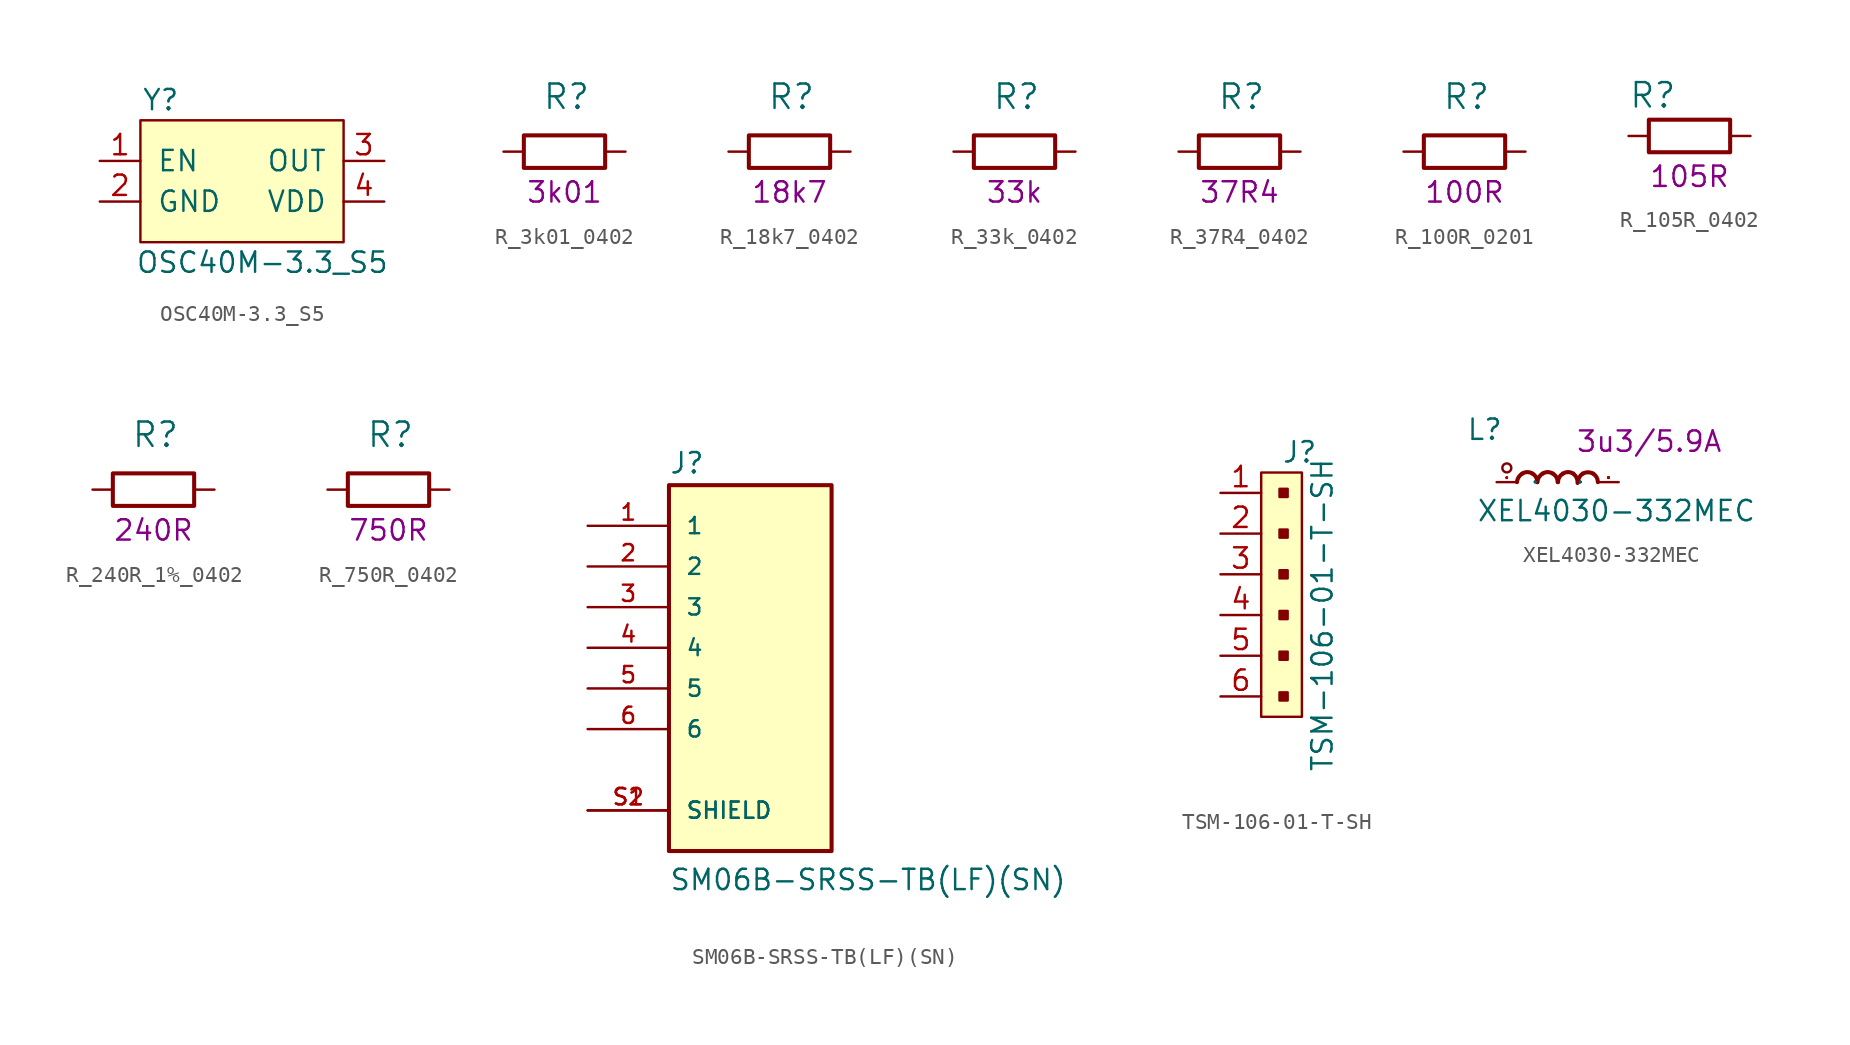
<source format=kicad_sym>
(kicad_symbol_lib
  (version 20211014)
  (generator kicad_symbol_editor)
  (symbol "OSC40M-3.3_S5"
    (pin_names
      (offset 1.016))
    (property "Reference" "Y"
      (at -5.08 5.08 0)
      (effects (font (size 1.27 1.27))))
    (property "Value" "OSC40M-3.3_S5"
      (at 1.27 -5.08 0)
      (effects (font (size 1.27 1.27))))
    (symbol "OSC40M-3.3_S5_0_1"
      (rectangle (start -6.35 3.81) (end 6.35 -3.81) (stroke (width 0) (type default) (color 0 0 0 0)) (fill (type background))))
    (symbol "OSC40M-3.3_S5_1_1"
      (pin input line (at -8.89 1.27 0) (length 2.54) (name "EN" (effects (font (size 1.27 1.27)))) (number "1" (effects (font (size 1.27 1.27)))))
      (pin power_in line (at -8.89 -1.27 0) (length 2.54) (name "GND" (effects (font (size 1.27 1.27)))) (number "2" (effects (font (size 1.27 1.27)))))
      (pin output line (at 8.89 1.27 180) (length 2.54) (name "OUT" (effects (font (size 1.27 1.27)))) (number "3" (effects (font (size 1.27 1.27)))))
      (pin power_in line (at 8.89 -1.27 180) (length 2.54) (name "VDD" (effects (font (size 1.27 1.27)))) (number "4" (effects (font (size 1.27 1.27)))))))
  (symbol "R_3k01_0402"
    (pin_names
      (offset 0))
    (property "Reference" "R"
      (at -1.397 3.429 0)
      (effects (font (size 1.524 1.524)) (justify left)))
    (property "Val" "3k01"
      (at 0 -2.54 0)
      (effects (font (size 1.27 1.27))))
    (symbol "R_3k01_0402_1_1"
      (rectangle (start 2.54 -1.016) (end -2.54 1.016) (stroke (width 0.254) (type default) (color 0 0 0 0)) (fill (type none)))
      (pin passive line (at -3.81 0 0) (length 1.27) (name "~" (effects (font (size 0 0)))) (number "1" (effects (font (size 0 0)))))
      (pin passive line (at 3.81 0 180) (length 1.27) (name "~" (effects (font (size 0 0)))) (number "2" (effects (font (size 0 0)))))))
  (symbol "R_18k7_0402"
    (pin_names
      (offset 0))
    (property "Reference" "R"
      (at -1.397 3.429 0)
      (effects (font (size 1.524 1.524)) (justify left)))
    (property "Val" "18k7"
      (at 0 -2.54 0)
      (effects (font (size 1.27 1.27))))
    (symbol "R_18k7_0402_1_1"
      (rectangle (start 2.54 -1.016) (end -2.54 1.016) (stroke (width 0.254) (type default) (color 0 0 0 0)) (fill (type none)))
      (pin passive line (at -3.81 0 0) (length 1.27) (name "~" (effects (font (size 0 0)))) (number "1" (effects (font (size 0 0)))))
      (pin passive line (at 3.81 0 180) (length 1.27) (name "~" (effects (font (size 0 0)))) (number "2" (effects (font (size 0 0)))))))
  (symbol "R_33k_0402"
    (pin_names
      (offset 0))
    (property "Reference" "R"
      (at -1.397 3.429 0)
      (effects (font (size 1.524 1.524)) (justify left)))
    (property "Val" "33k"
      (at 0 -2.54 0)
      (effects (font (size 1.27 1.27))))
    (symbol "R_33k_0402_1_1"
      (rectangle (start 2.54 -1.016) (end -2.54 1.016) (stroke (width 0.254) (type default) (color 0 0 0 0)) (fill (type none)))
      (pin passive line (at -3.81 0 0) (length 1.27) (name "~" (effects (font (size 0 0)))) (number "1" (effects (font (size 0 0)))))
      (pin passive line (at 3.81 0 180) (length 1.27) (name "~" (effects (font (size 0 0)))) (number "2" (effects (font (size 0 0)))))))
  (symbol "R_37R4_0402"
    (pin_names
      (offset 0))
    (property "Reference" "R"
      (at -1.397 3.429 0)
      (effects (font (size 1.524 1.524)) (justify left)))
    (property "Val" "37R4"
      (at 0 -2.54 0)
      (effects (font (size 1.27 1.27))))
    (symbol "R_37R4_0402_1_1"
      (rectangle (start 2.54 -1.016) (end -2.54 1.016) (stroke (width 0.254) (type default) (color 0 0 0 0)) (fill (type none)))
      (pin passive line (at -3.81 0 0) (length 1.27) (name "~" (effects (font (size 0 0)))) (number "1" (effects (font (size 0 0)))))
      (pin passive line (at 3.81 0 180) (length 1.27) (name "~" (effects (font (size 0 0)))) (number "2" (effects (font (size 0 0)))))))
  (symbol "R_100R_0201"
    (pin_names
      (offset 0))
    (property "Reference" "R"
      (at -1.397 3.429 0)
      (effects (font (size 1.524 1.524)) (justify left)))
    (property "Val" "100R"
      (at 0 -2.54 0)
      (effects (font (size 1.27 1.27))))
    (symbol "R_100R_0201_1_1"
      (rectangle (start 2.54 -1.016) (end -2.54 1.016) (stroke (width 0.254) (type default) (color 0 0 0 0)) (fill (type none)))
      (pin passive line (at -3.81 0 0) (length 1.27) (name "~" (effects (font (size 0 0)))) (number "1" (effects (font (size 0 0)))))
      (pin passive line (at 3.81 0 180) (length 1.27) (name "~" (effects (font (size 0 0)))) (number "2" (effects (font (size 0 0)))))))
  (symbol "R_105R_0402"
    (pin_names
      (offset 0))
    (property "Reference" "R"
      (at -3.81 2.54 0)
      (effects (font (size 1.524 1.524)) (justify left)))
    (property "Val" "105R"
      (at 0 -2.54 0)
      (effects (font (size 1.27 1.27))))
    (symbol "R_105R_0402_1_1"
      (rectangle (start 2.54 -1.016) (end -2.54 1.016) (stroke (width 0.254) (type default) (color 0 0 0 0)) (fill (type none)))
      (pin passive line (at -3.81 0 0) (length 1.27) (name "~" (effects (font (size 0 0)))) (number "1" (effects (font (size 0 0)))))
      (pin passive line (at 3.81 0 180) (length 1.27) (name "~" (effects (font (size 0 0)))) (number "2" (effects (font (size 0 0)))))))
  (symbol "R_240R_1%_0402"
    (pin_names
      (offset 0))
    (property "Reference" "R"
      (at -1.397 3.429 0)
      (effects (font (size 1.524 1.524)) (justify left)))
    (property "Val" "240R"
      (at 0 -2.54 0)
      (effects (font (size 1.27 1.27))))
    (symbol "R_240R_1%_0402_1_1"
      (rectangle (start 2.54 -1.016) (end -2.54 1.016) (stroke (width 0.254) (type default) (color 0 0 0 0)) (fill (type none)))
      (pin passive line (at -3.81 0 0) (length 1.27) (name "~" (effects (font (size 0 0)))) (number "1" (effects (font (size 0 0)))))
      (pin passive line (at 3.81 0 180) (length 1.27) (name "~" (effects (font (size 0 0)))) (number "2" (effects (font (size 0 0)))))))
  (symbol "R_750R_0402"
    (pin_names
      (offset 0))
    (property "Reference" "R"
      (at -1.397 3.429 0)
      (effects (font (size 1.524 1.524)) (justify left)))
    (property "Val" "750R"
      (at 0 -2.54 0)
      (effects (font (size 1.27 1.27))))
    (symbol "R_750R_0402_1_1"
      (rectangle (start 2.54 -1.016) (end -2.54 1.016) (stroke (width 0.254) (type default) (color 0 0 0 0)) (fill (type none)))
      (pin passive line (at -3.81 0 0) (length 1.27) (name "~" (effects (font (size 0 0)))) (number "1" (effects (font (size 0 0)))))
      (pin passive line (at 3.81 0 180) (length 1.27) (name "~" (effects (font (size 0 0)))) (number "2" (effects (font (size 0 0)))))))
  (symbol "SM06B-SRSS-TB(LF)(SN)"
    (pin_names
      (offset 1.016))
    (property "Reference" "J"
      (at -5.08 13.335 0)
      (effects (font (size 1.27 1.27)) (justify left bottom)))
    (property "Value" "SM06B-SRSS-TB(LF)(SN)"
      (at -5.08 -12.7 0)
      (effects (font (size 1.27 1.27)) (justify left bottom)))
    (symbol "SM06B-SRSS-TB(LF)(SN)_0_0"
      (rectangle (start -5.08 -10.16) (end 5.08 12.7) (stroke (width 0.254) (type default) (color 0 0 0 0)) (fill (type background)))
      (pin passive line (at -10.16 10.16 0) (length 5.08) (name "1" (effects (font (size 1.016 1.016)))) (number "1" (effects (font (size 1.016 1.016)))))
      (pin passive line (at -10.16 7.62 0) (length 5.08) (name "2" (effects (font (size 1.016 1.016)))) (number "2" (effects (font (size 1.016 1.016)))))
      (pin passive line (at -10.16 5.08 0) (length 5.08) (name "3" (effects (font (size 1.016 1.016)))) (number "3" (effects (font (size 1.016 1.016)))))
      (pin passive line (at -10.16 2.54 0) (length 5.08) (name "4" (effects (font (size 1.016 1.016)))) (number "4" (effects (font (size 1.016 1.016)))))
      (pin passive line (at -10.16 0 0) (length 5.08) (name "5" (effects (font (size 1.016 1.016)))) (number "5" (effects (font (size 1.016 1.016)))))
      (pin passive line (at -10.16 -2.54 0) (length 5.08) (name "6" (effects (font (size 1.016 1.016)))) (number "6" (effects (font (size 1.016 1.016)))))
      (pin passive line (at -10.16 -7.62 0) (length 5.08) (name "SHIELD" (effects (font (size 1.016 1.016)))) (number "S1" (effects (font (size 1.016 1.016)))))
      (pin passive line (at -10.16 -7.62 0) (length 5.08) (name "SHIELD" (effects (font (size 1.016 1.016)))) (number "S2" (effects (font (size 1.016 1.016)))))))
  (symbol "TSM-106-01-T-SH"
    (pin_names
      (offset 1.016) hide)
    (property "Reference" "J"
      (at 0 8.89 0)
      (effects (font (size 1.27 1.27)) (justify left)))
    (property "Value" "TSM-106-01-T-SH"
      (at 2.54 -1.27 90)
      (effects (font (size 1.27 1.27))))
    (symbol "TSM-106-01-T-SH_1_1"
      (rectangle (start -1.27 7.62) (end 1.27 -7.62) (stroke (width 0) (type default) (color 0 0 0 0)) (fill (type background)))
      (rectangle (start 0.381 -6.604) (end -0.127 -6.096) (stroke (width 0) (type default) (color 0 0 0 0)) (fill (type outline)))
      (rectangle (start 0.381 -4.064) (end -0.127 -3.556) (stroke (width 0) (type default) (color 0 0 0 0)) (fill (type outline)))
      (rectangle (start 0.381 -1.524) (end -0.127 -1.016) (stroke (width 0) (type default) (color 0 0 0 0)) (fill (type outline)))
      (rectangle (start 0.381 1.016) (end -0.127 1.524) (stroke (width 0) (type default) (color 0 0 0 0)) (fill (type outline)))
      (rectangle (start 0.381 3.556) (end -0.127 4.064) (stroke (width 0) (type default) (color 0 0 0 0)) (fill (type outline)))
      (rectangle (start 0.381 6.096) (end -0.127 6.604) (stroke (width 0) (type default) (color 0 0 0 0)) (fill (type outline)))
      (pin passive line (at -3.81 6.35 0) (length 2.54) (name "~" (effects (font (size 1.27 1.27)))) (number "1" (effects (font (size 1.27 1.27)))))
      (pin passive line (at -3.81 3.81 0) (length 2.54) (name "~" (effects (font (size 1.27 1.27)))) (number "2" (effects (font (size 1.27 1.27)))))
      (pin passive line (at -3.81 1.27 0) (length 2.54) (name "~" (effects (font (size 1.27 1.27)))) (number "3" (effects (font (size 1.27 1.27)))))
      (pin passive line (at -3.81 -1.27 0) (length 2.54) (name "~" (effects (font (size 1.27 1.27)))) (number "4" (effects (font (size 1.27 1.27)))))
      (pin passive line (at -3.81 -3.81 0) (length 2.54) (name "~" (effects (font (size 1.27 1.27)))) (number "5" (effects (font (size 1.27 1.27)))))
      (pin passive line (at -3.81 -6.35 0) (length 2.54) (name "~" (effects (font (size 1.27 1.27)))) (number "6" (effects (font (size 1.27 1.27)))))))
  (symbol "XEL4030-332MEC"
    (pin_names
      (offset 1.016))
    (property "Reference" "L"
      (at -5.715 2.54 0)
      (effects (font (size 1.27 1.27)) (justify left bottom)))
    (property "Value" "XEL4030-332MEC"
      (at -5.08 -2.54 0)
      (effects (font (size 1.27 1.27)) (justify left bottom)))
    (property "Val" "3u3/5.9A"
      (at 5.715 2.54 0)
      (effects (font (size 1.27 1.27))))
    (symbol "XEL4030-332MEC_0_1"
      (circle (center -3.175 0.889) (radius 0.279) (stroke (width 0) (type default) (color 0 0 0 0)) (fill (type none)))
      (pin passive line (at -3.81 0 0) (length 1.27) (name "P" (effects (font (size 0.025 0.025)))) (number "1" (effects (font (size 0.025 0.025)))))
      (pin passive line (at 3.81 0 180) (length 1.27) (name "P" (effects (font (size 0.025 0.025)))) (number "2" (effects (font (size 0.025 0.025))))))
    (symbol "XEL4030-332MEC_1_1"
      (arc (start -2.2098 0.5334) (mid -2.4364 0.3084) (end -2.54 0) (stroke (width 0.254) (type default) (color 0 0 0 0)) (fill (type none)))
      (arc (start -1.5748 0.5334) (mid -1.894 0.6272) (end -2.2098 0.5334) (stroke (width 0.254) (type default) (color 0 0 0 0)) (fill (type none)))
      (arc (start -1.27 0) (mid -1.3503 0.309) (end -1.5748 0.5334) (stroke (width 0.254) (type default) (color 0 0 0 0)) (fill (type none)))
      (arc (start -0.9398 0.5334) (mid -1.1664 0.3084) (end -1.27 0) (stroke (width 0.254) (type default) (color 0 0 0 0)) (fill (type none)))
      (arc (start -0.3048 0.5334) (mid -0.624 0.6272) (end -0.9398 0.5334) (stroke (width 0.254) (type default) (color 0 0 0 0)) (fill (type none)))
      (arc (start 0 0) (mid -0.0803 0.309) (end -0.3048 0.5334) (stroke (width 0.254) (type default) (color 0 0 0 0)) (fill (type none)))
      (arc (start 0.3302 0.5334) (mid 0.1036 0.3084) (end 0.0254 0) (stroke (width 0.254) (type default) (color 0 0 0 0)) (fill (type none)))
      (arc (start 0.9652 0.5334) (mid 0.646 0.6272) (end 0.3302 0.5334) (stroke (width 0.254) (type default) (color 0 0 0 0)) (fill (type none)))
      (arc (start 1.2446 -0.0508) (mid 1.1813 0.2752) (end 0.9652 0.5334) (stroke (width 0.254) (type default) (color 0 0 0 0)) (fill (type none)))
      (arc (start 1.5748 0.5334) (mid 1.357 0.3053) (end 1.27 0) (stroke (width 0.254) (type default) (color 0 0 0 0)) (fill (type none)))
      (arc (start 2.2098 0.5334) (mid 1.8942 0.6142) (end 1.5748 0.5334) (stroke (width 0.254) (type default) (color 0 0 0 0)) (fill (type none)))
      (arc (start 2.5146 0) (mid 2.4322 0.306) (end 2.2098 0.5334) (stroke (width 0.254) (type default) (color 0 0 0 0)) (fill (type none))))))
</source>
